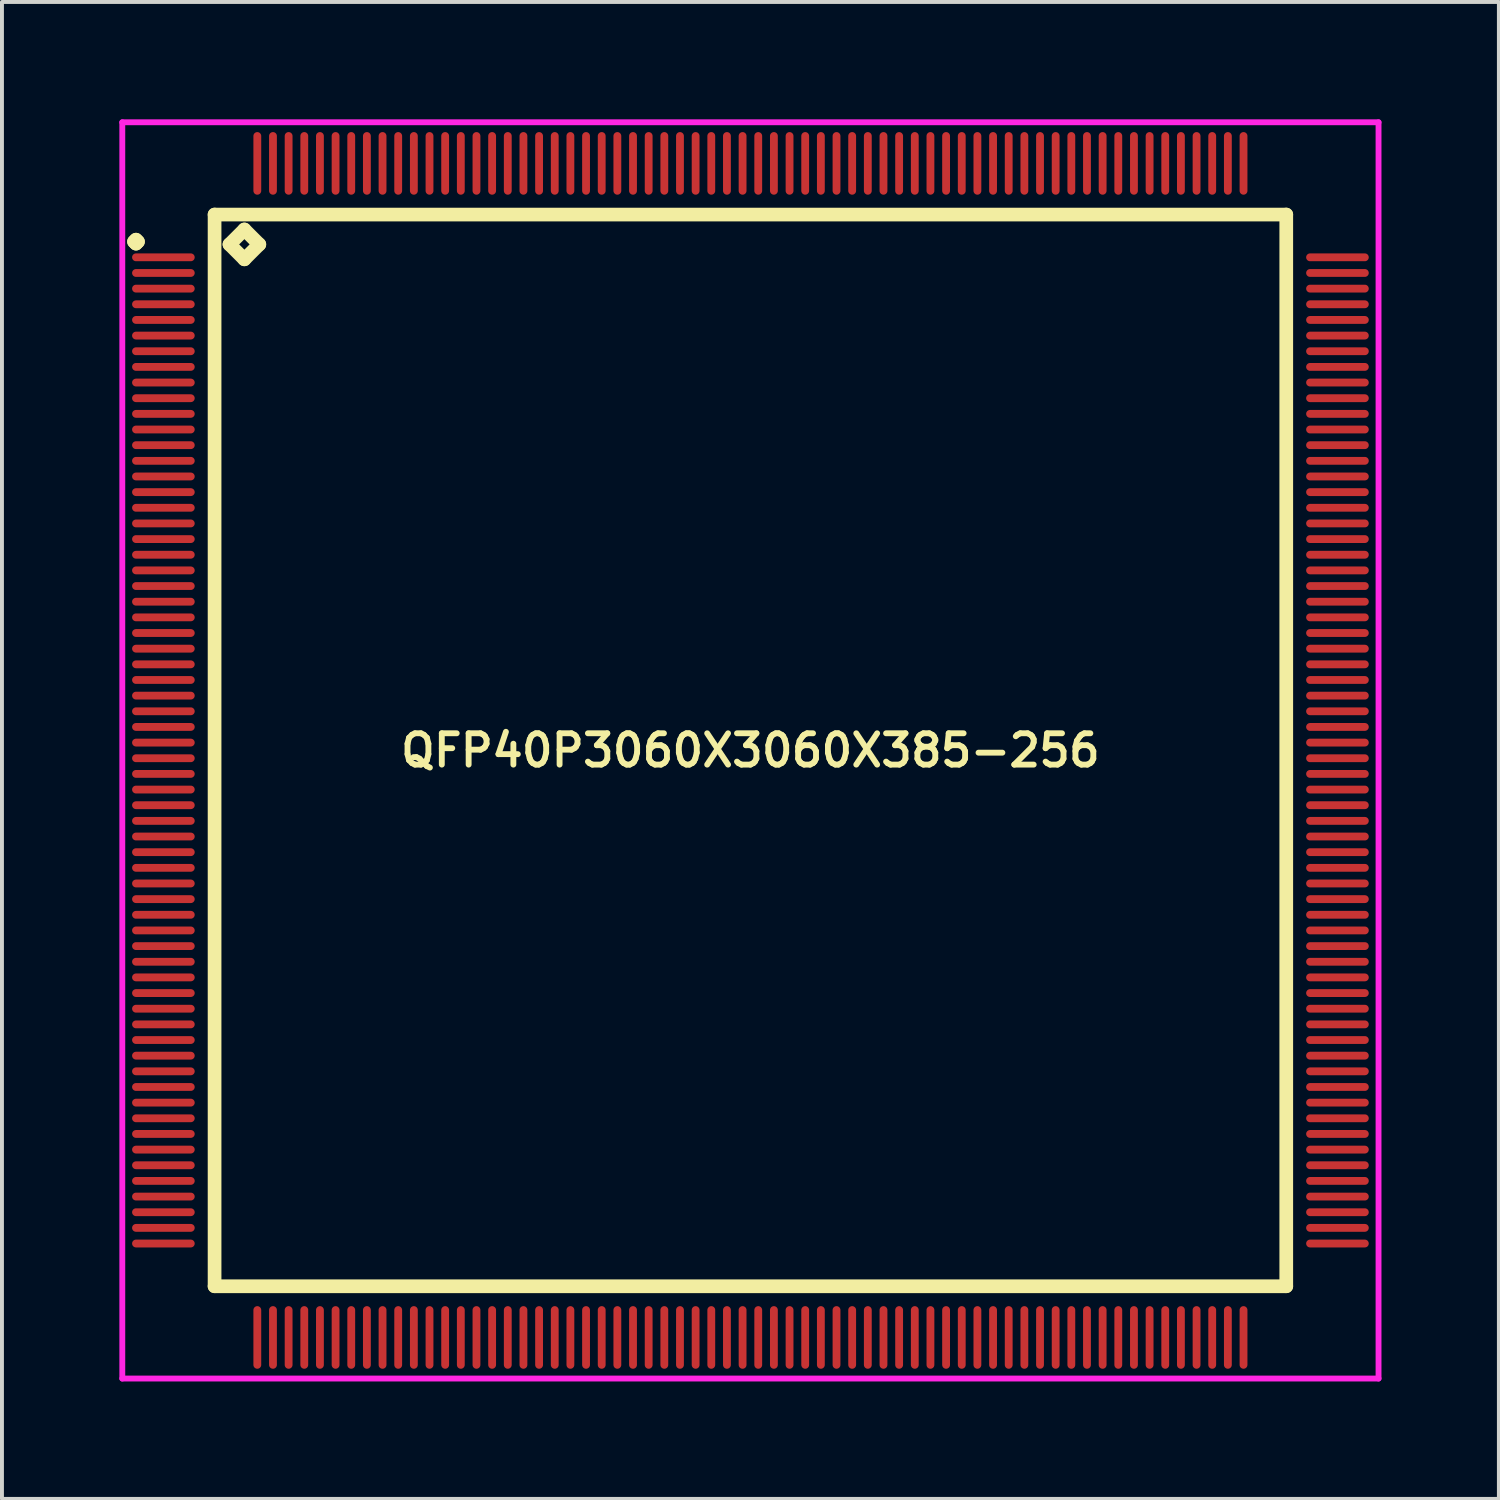
<source format=kicad_pcb>
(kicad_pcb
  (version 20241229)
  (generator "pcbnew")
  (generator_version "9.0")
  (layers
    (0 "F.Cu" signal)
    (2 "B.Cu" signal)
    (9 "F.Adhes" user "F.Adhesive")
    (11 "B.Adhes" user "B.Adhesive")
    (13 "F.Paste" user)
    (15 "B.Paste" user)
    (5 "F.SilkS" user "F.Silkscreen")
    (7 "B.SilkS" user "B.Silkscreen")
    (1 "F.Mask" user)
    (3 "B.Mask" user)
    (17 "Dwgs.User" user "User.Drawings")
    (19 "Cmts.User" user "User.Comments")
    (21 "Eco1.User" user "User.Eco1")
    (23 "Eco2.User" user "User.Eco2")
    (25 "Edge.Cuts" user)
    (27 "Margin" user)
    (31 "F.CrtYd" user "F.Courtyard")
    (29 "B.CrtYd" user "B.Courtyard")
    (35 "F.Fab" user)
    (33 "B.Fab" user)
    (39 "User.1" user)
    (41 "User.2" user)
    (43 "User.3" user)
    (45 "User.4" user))
  (footprint "QFP40P3060X3060X385-256"
    (layer "F.Cu")
    (at 16.125 16.125)
    (property "Reference" "QFP40P3060X3060X385-256" (at 0 0 0) (layer "F.SilkS") (effects (font (size 0.8 0.8) (thickness 0.15))))
    (attr smd)
    (fp_line (start -15.75 -13) (end -15.7 -13.05) (stroke (width 0.35) (type solid)) (layer "F.SilkS"))
    (fp_line (start -15.7 -13.05) (end -15.65 -13) (stroke (width 0.35) (type solid)) (layer "F.SilkS"))
    (fp_line (start -15.7 -12.95) (end -15.75 -13) (stroke (width 0.35) (type solid)) (layer "F.SilkS"))
    (fp_line (start -15.65 -13) (end -15.7 -12.95) (stroke (width 0.35) (type solid)) (layer "F.SilkS"))
    (fp_line (start -13.692 -13.692) (end -13.692 13.692) (stroke (width 0.35) (type solid)) (layer "F.SilkS"))
    (fp_line (start -13.692 13.692) (end 13.692 13.692) (stroke (width 0.35) (type solid)) (layer "F.SilkS"))
    (fp_line (start -13.311 -12.93) (end -12.93 -13.311) (stroke (width 0.35) (type solid)) (layer "F.SilkS"))
    (fp_line (start -12.93 -13.311) (end -12.549 -12.93) (stroke (width 0.35) (type solid)) (layer "F.SilkS"))
    (fp_line (start -12.93 -12.549) (end -13.311 -12.93) (stroke (width 0.35) (type solid)) (layer "F.SilkS"))
    (fp_line (start -12.549 -12.93) (end -12.93 -12.549) (stroke (width 0.35) (type solid)) (layer "F.SilkS"))
    (fp_line (start 13.692 -13.692) (end -13.692 -13.692) (stroke (width 0.35) (type solid)) (layer "F.SilkS"))
    (fp_line (start 13.692 13.692) (end 13.692 -13.692) (stroke (width 0.35) (type solid)) (layer "F.SilkS"))
    (fp_line (start -16.05 -16.05) (end 16.05 -16.05) (stroke (width 0.15) (type solid)) (layer "F.CrtYd"))
    (fp_line (start -16.05 16.05) (end -16.05 -16.05) (stroke (width 0.15) (type solid)) (layer "F.CrtYd"))
    (fp_line (start 16.05 -16.05) (end 16.05 16.05) (stroke (width 0.15) (type solid)) (layer "F.CrtYd"))
    (fp_line (start 16.05 16.05) (end -16.05 16.05) (stroke (width 0.15) (type solid)) (layer "F.CrtYd"))
    (pad "1" smd oval (at -15 -12.6) (size 1.6 0.2) (layers "F.Cu" "F.Mask" "F.Paste"))
    (pad "2" smd oval (at -15 -12.2) (size 1.6 0.2) (layers "F.Cu" "F.Mask" "F.Paste"))
    (pad "3" smd oval (at -15 -11.8) (size 1.6 0.2) (layers "F.Cu" "F.Mask" "F.Paste"))
    (pad "4" smd oval (at -15 -11.4) (size 1.6 0.2) (layers "F.Cu" "F.Mask" "F.Paste"))
    (pad "5" smd oval (at -15 -11) (size 1.6 0.2) (layers "F.Cu" "F.Mask" "F.Paste"))
    (pad "6" smd oval (at -15 -10.6) (size 1.6 0.2) (layers "F.Cu" "F.Mask" "F.Paste"))
    (pad "7" smd oval (at -15 -10.2) (size 1.6 0.2) (layers "F.Cu" "F.Mask" "F.Paste"))
    (pad "8" smd oval (at -15 -9.8) (size 1.6 0.2) (layers "F.Cu" "F.Mask" "F.Paste"))
    (pad "9" smd oval (at -15 -9.4) (size 1.6 0.2) (layers "F.Cu" "F.Mask" "F.Paste"))
    (pad "10" smd oval (at -15 -9) (size 1.6 0.2) (layers "F.Cu" "F.Mask" "F.Paste"))
    (pad "11" smd oval (at -15 -8.6) (size 1.6 0.2) (layers "F.Cu" "F.Mask" "F.Paste"))
    (pad "12" smd oval (at -15 -8.2) (size 1.6 0.2) (layers "F.Cu" "F.Mask" "F.Paste"))
    (pad "13" smd oval (at -15 -7.8) (size 1.6 0.2) (layers "F.Cu" "F.Mask" "F.Paste"))
    (pad "14" smd oval (at -15 -7.4) (size 1.6 0.2) (layers "F.Cu" "F.Mask" "F.Paste"))
    (pad "15" smd oval (at -15 -7) (size 1.6 0.2) (layers "F.Cu" "F.Mask" "F.Paste"))
    (pad "16" smd oval (at -15 -6.6) (size 1.6 0.2) (layers "F.Cu" "F.Mask" "F.Paste"))
    (pad "17" smd oval (at -15 -6.2) (size 1.6 0.2) (layers "F.Cu" "F.Mask" "F.Paste"))
    (pad "18" smd oval (at -15 -5.8) (size 1.6 0.2) (layers "F.Cu" "F.Mask" "F.Paste"))
    (pad "19" smd oval (at -15 -5.4) (size 1.6 0.2) (layers "F.Cu" "F.Mask" "F.Paste"))
    (pad "20" smd oval (at -15 -5) (size 1.6 0.2) (layers "F.Cu" "F.Mask" "F.Paste"))
    (pad "21" smd oval (at -15 -4.6) (size 1.6 0.2) (layers "F.Cu" "F.Mask" "F.Paste"))
    (pad "22" smd oval (at -15 -4.2) (size 1.6 0.2) (layers "F.Cu" "F.Mask" "F.Paste"))
    (pad "23" smd oval (at -15 -3.8) (size 1.6 0.2) (layers "F.Cu" "F.Mask" "F.Paste"))
    (pad "24" smd oval (at -15 -3.4) (size 1.6 0.2) (layers "F.Cu" "F.Mask" "F.Paste"))
    (pad "25" smd oval (at -15 -3) (size 1.6 0.2) (layers "F.Cu" "F.Mask" "F.Paste"))
    (pad "26" smd oval (at -15 -2.6) (size 1.6 0.2) (layers "F.Cu" "F.Mask" "F.Paste"))
    (pad "27" smd oval (at -15 -2.2) (size 1.6 0.2) (layers "F.Cu" "F.Mask" "F.Paste"))
    (pad "28" smd oval (at -15 -1.8) (size 1.6 0.2) (layers "F.Cu" "F.Mask" "F.Paste"))
    (pad "29" smd oval (at -15 -1.4) (size 1.6 0.2) (layers "F.Cu" "F.Mask" "F.Paste"))
    (pad "30" smd oval (at -15 -1) (size 1.6 0.2) (layers "F.Cu" "F.Mask" "F.Paste"))
    (pad "31" smd oval (at -15 -0.6) (size 1.6 0.2) (layers "F.Cu" "F.Mask" "F.Paste"))
    (pad "32" smd oval (at -15 -0.2) (size 1.6 0.2) (layers "F.Cu" "F.Mask" "F.Paste"))
    (pad "33" smd oval (at -15 0.2) (size 1.6 0.2) (layers "F.Cu" "F.Mask" "F.Paste"))
    (pad "34" smd oval (at -15 0.6) (size 1.6 0.2) (layers "F.Cu" "F.Mask" "F.Paste"))
    (pad "35" smd oval (at -15 1) (size 1.6 0.2) (layers "F.Cu" "F.Mask" "F.Paste"))
    (pad "36" smd oval (at -15 1.4) (size 1.6 0.2) (layers "F.Cu" "F.Mask" "F.Paste"))
    (pad "37" smd oval (at -15 1.8) (size 1.6 0.2) (layers "F.Cu" "F.Mask" "F.Paste"))
    (pad "38" smd oval (at -15 2.2) (size 1.6 0.2) (layers "F.Cu" "F.Mask" "F.Paste"))
    (pad "39" smd oval (at -15 2.6) (size 1.6 0.2) (layers "F.Cu" "F.Mask" "F.Paste"))
    (pad "40" smd oval (at -15 3) (size 1.6 0.2) (layers "F.Cu" "F.Mask" "F.Paste"))
    (pad "41" smd oval (at -15 3.4) (size 1.6 0.2) (layers "F.Cu" "F.Mask" "F.Paste"))
    (pad "42" smd oval (at -15 3.8) (size 1.6 0.2) (layers "F.Cu" "F.Mask" "F.Paste"))
    (pad "43" smd oval (at -15 4.2) (size 1.6 0.2) (layers "F.Cu" "F.Mask" "F.Paste"))
    (pad "44" smd oval (at -15 4.6) (size 1.6 0.2) (layers "F.Cu" "F.Mask" "F.Paste"))
    (pad "45" smd oval (at -15 5) (size 1.6 0.2) (layers "F.Cu" "F.Mask" "F.Paste"))
    (pad "46" smd oval (at -15 5.4) (size 1.6 0.2) (layers "F.Cu" "F.Mask" "F.Paste"))
    (pad "47" smd oval (at -15 5.8) (size 1.6 0.2) (layers "F.Cu" "F.Mask" "F.Paste"))
    (pad "48" smd oval (at -15 6.2) (size 1.6 0.2) (layers "F.Cu" "F.Mask" "F.Paste"))
    (pad "49" smd oval (at -15 6.6) (size 1.6 0.2) (layers "F.Cu" "F.Mask" "F.Paste"))
    (pad "50" smd oval (at -15 7) (size 1.6 0.2) (layers "F.Cu" "F.Mask" "F.Paste"))
    (pad "51" smd oval (at -15 7.4) (size 1.6 0.2) (layers "F.Cu" "F.Mask" "F.Paste"))
    (pad "52" smd oval (at -15 7.8) (size 1.6 0.2) (layers "F.Cu" "F.Mask" "F.Paste"))
    (pad "53" smd oval (at -15 8.2) (size 1.6 0.2) (layers "F.Cu" "F.Mask" "F.Paste"))
    (pad "54" smd oval (at -15 8.6) (size 1.6 0.2) (layers "F.Cu" "F.Mask" "F.Paste"))
    (pad "55" smd oval (at -15 9) (size 1.6 0.2) (layers "F.Cu" "F.Mask" "F.Paste"))
    (pad "56" smd oval (at -15 9.4) (size 1.6 0.2) (layers "F.Cu" "F.Mask" "F.Paste"))
    (pad "57" smd oval (at -15 9.8) (size 1.6 0.2) (layers "F.Cu" "F.Mask" "F.Paste"))
    (pad "58" smd oval (at -15 10.2) (size 1.6 0.2) (layers "F.Cu" "F.Mask" "F.Paste"))
    (pad "59" smd oval (at -15 10.6) (size 1.6 0.2) (layers "F.Cu" "F.Mask" "F.Paste"))
    (pad "60" smd oval (at -15 11) (size 1.6 0.2) (layers "F.Cu" "F.Mask" "F.Paste"))
    (pad "61" smd oval (at -15 11.4) (size 1.6 0.2) (layers "F.Cu" "F.Mask" "F.Paste"))
    (pad "62" smd oval (at -15 11.8) (size 1.6 0.2) (layers "F.Cu" "F.Mask" "F.Paste"))
    (pad "63" smd oval (at -15 12.2) (size 1.6 0.2) (layers "F.Cu" "F.Mask" "F.Paste"))
    (pad "64" smd oval (at -15 12.6) (size 1.6 0.2) (layers "F.Cu" "F.Mask" "F.Paste"))
    (pad "65" smd oval (at -12.6 15) (size 0.2 1.6) (layers "F.Cu" "F.Mask" "F.Paste"))
    (pad "66" smd oval (at -12.2 15) (size 0.2 1.6) (layers "F.Cu" "F.Mask" "F.Paste"))
    (pad "67" smd oval (at -11.8 15) (size 0.2 1.6) (layers "F.Cu" "F.Mask" "F.Paste"))
    (pad "68" smd oval (at -11.4 15) (size 0.2 1.6) (layers "F.Cu" "F.Mask" "F.Paste"))
    (pad "69" smd oval (at -11 15) (size 0.2 1.6) (layers "F.Cu" "F.Mask" "F.Paste"))
    (pad "70" smd oval (at -10.6 15) (size 0.2 1.6) (layers "F.Cu" "F.Mask" "F.Paste"))
    (pad "71" smd oval (at -10.2 15) (size 0.2 1.6) (layers "F.Cu" "F.Mask" "F.Paste"))
    (pad "72" smd oval (at -9.8 15) (size 0.2 1.6) (layers "F.Cu" "F.Mask" "F.Paste"))
    (pad "73" smd oval (at -9.4 15) (size 0.2 1.6) (layers "F.Cu" "F.Mask" "F.Paste"))
    (pad "74" smd oval (at -9 15) (size 0.2 1.6) (layers "F.Cu" "F.Mask" "F.Paste"))
    (pad "75" smd oval (at -8.6 15) (size 0.2 1.6) (layers "F.Cu" "F.Mask" "F.Paste"))
    (pad "76" smd oval (at -8.2 15) (size 0.2 1.6) (layers "F.Cu" "F.Mask" "F.Paste"))
    (pad "77" smd oval (at -7.8 15) (size 0.2 1.6) (layers "F.Cu" "F.Mask" "F.Paste"))
    (pad "78" smd oval (at -7.4 15) (size 0.2 1.6) (layers "F.Cu" "F.Mask" "F.Paste"))
    (pad "79" smd oval (at -7 15) (size 0.2 1.6) (layers "F.Cu" "F.Mask" "F.Paste"))
    (pad "80" smd oval (at -6.6 15) (size 0.2 1.6) (layers "F.Cu" "F.Mask" "F.Paste"))
    (pad "81" smd oval (at -6.2 15) (size 0.2 1.6) (layers "F.Cu" "F.Mask" "F.Paste"))
    (pad "82" smd oval (at -5.8 15) (size 0.2 1.6) (layers "F.Cu" "F.Mask" "F.Paste"))
    (pad "83" smd oval (at -5.4 15) (size 0.2 1.6) (layers "F.Cu" "F.Mask" "F.Paste"))
    (pad "84" smd oval (at -5 15) (size 0.2 1.6) (layers "F.Cu" "F.Mask" "F.Paste"))
    (pad "85" smd oval (at -4.6 15) (size 0.2 1.6) (layers "F.Cu" "F.Mask" "F.Paste"))
    (pad "86" smd oval (at -4.2 15) (size 0.2 1.6) (layers "F.Cu" "F.Mask" "F.Paste"))
    (pad "87" smd oval (at -3.8 15) (size 0.2 1.6) (layers "F.Cu" "F.Mask" "F.Paste"))
    (pad "88" smd oval (at -3.4 15) (size 0.2 1.6) (layers "F.Cu" "F.Mask" "F.Paste"))
    (pad "89" smd oval (at -3 15) (size 0.2 1.6) (layers "F.Cu" "F.Mask" "F.Paste"))
    (pad "90" smd oval (at -2.6 15) (size 0.2 1.6) (layers "F.Cu" "F.Mask" "F.Paste"))
    (pad "91" smd oval (at -2.2 15) (size 0.2 1.6) (layers "F.Cu" "F.Mask" "F.Paste"))
    (pad "92" smd oval (at -1.8 15) (size 0.2 1.6) (layers "F.Cu" "F.Mask" "F.Paste"))
    (pad "93" smd oval (at -1.4 15) (size 0.2 1.6) (layers "F.Cu" "F.Mask" "F.Paste"))
    (pad "94" smd oval (at -1 15) (size 0.2 1.6) (layers "F.Cu" "F.Mask" "F.Paste"))
    (pad "95" smd oval (at -0.6 15) (size 0.2 1.6) (layers "F.Cu" "F.Mask" "F.Paste"))
    (pad "96" smd oval (at -0.2 15) (size 0.2 1.6) (layers "F.Cu" "F.Mask" "F.Paste"))
    (pad "97" smd oval (at 0.2 15) (size 0.2 1.6) (layers "F.Cu" "F.Mask" "F.Paste"))
    (pad "98" smd oval (at 0.6 15) (size 0.2 1.6) (layers "F.Cu" "F.Mask" "F.Paste"))
    (pad "99" smd oval (at 1 15) (size 0.2 1.6) (layers "F.Cu" "F.Mask" "F.Paste"))
    (pad "100" smd oval (at 1.4 15) (size 0.2 1.6) (layers "F.Cu" "F.Mask" "F.Paste"))
    (pad "101" smd oval (at 1.8 15) (size 0.2 1.6) (layers "F.Cu" "F.Mask" "F.Paste"))
    (pad "102" smd oval (at 2.2 15) (size 0.2 1.6) (layers "F.Cu" "F.Mask" "F.Paste"))
    (pad "103" smd oval (at 2.6 15) (size 0.2 1.6) (layers "F.Cu" "F.Mask" "F.Paste"))
    (pad "104" smd oval (at 3 15) (size 0.2 1.6) (layers "F.Cu" "F.Mask" "F.Paste"))
    (pad "105" smd oval (at 3.4 15) (size 0.2 1.6) (layers "F.Cu" "F.Mask" "F.Paste"))
    (pad "106" smd oval (at 3.8 15) (size 0.2 1.6) (layers "F.Cu" "F.Mask" "F.Paste"))
    (pad "107" smd oval (at 4.2 15) (size 0.2 1.6) (layers "F.Cu" "F.Mask" "F.Paste"))
    (pad "108" smd oval (at 4.6 15) (size 0.2 1.6) (layers "F.Cu" "F.Mask" "F.Paste"))
    (pad "109" smd oval (at 5 15) (size 0.2 1.6) (layers "F.Cu" "F.Mask" "F.Paste"))
    (pad "110" smd oval (at 5.4 15) (size 0.2 1.6) (layers "F.Cu" "F.Mask" "F.Paste"))
    (pad "111" smd oval (at 5.8 15) (size 0.2 1.6) (layers "F.Cu" "F.Mask" "F.Paste"))
    (pad "112" smd oval (at 6.2 15) (size 0.2 1.6) (layers "F.Cu" "F.Mask" "F.Paste"))
    (pad "113" smd oval (at 6.6 15) (size 0.2 1.6) (layers "F.Cu" "F.Mask" "F.Paste"))
    (pad "114" smd oval (at 7 15) (size 0.2 1.6) (layers "F.Cu" "F.Mask" "F.Paste"))
    (pad "115" smd oval (at 7.4 15) (size 0.2 1.6) (layers "F.Cu" "F.Mask" "F.Paste"))
    (pad "116" smd oval (at 7.8 15) (size 0.2 1.6) (layers "F.Cu" "F.Mask" "F.Paste"))
    (pad "117" smd oval (at 8.2 15) (size 0.2 1.6) (layers "F.Cu" "F.Mask" "F.Paste"))
    (pad "118" smd oval (at 8.6 15) (size 0.2 1.6) (layers "F.Cu" "F.Mask" "F.Paste"))
    (pad "119" smd oval (at 9 15) (size 0.2 1.6) (layers "F.Cu" "F.Mask" "F.Paste"))
    (pad "120" smd oval (at 9.4 15) (size 0.2 1.6) (layers "F.Cu" "F.Mask" "F.Paste"))
    (pad "121" smd oval (at 9.8 15) (size 0.2 1.6) (layers "F.Cu" "F.Mask" "F.Paste"))
    (pad "122" smd oval (at 10.2 15) (size 0.2 1.6) (layers "F.Cu" "F.Mask" "F.Paste"))
    (pad "123" smd oval (at 10.6 15) (size 0.2 1.6) (layers "F.Cu" "F.Mask" "F.Paste"))
    (pad "124" smd oval (at 11 15) (size 0.2 1.6) (layers "F.Cu" "F.Mask" "F.Paste"))
    (pad "125" smd oval (at 11.4 15) (size 0.2 1.6) (layers "F.Cu" "F.Mask" "F.Paste"))
    (pad "126" smd oval (at 11.8 15) (size 0.2 1.6) (layers "F.Cu" "F.Mask" "F.Paste"))
    (pad "127" smd oval (at 12.2 15) (size 0.2 1.6) (layers "F.Cu" "F.Mask" "F.Paste"))
    (pad "128" smd oval (at 12.6 15) (size 0.2 1.6) (layers "F.Cu" "F.Mask" "F.Paste"))
    (pad "129" smd oval (at 15 12.6) (size 1.6 0.2) (layers "F.Cu" "F.Mask" "F.Paste"))
    (pad "130" smd oval (at 15 12.2) (size 1.6 0.2) (layers "F.Cu" "F.Mask" "F.Paste"))
    (pad "131" smd oval (at 15 11.8) (size 1.6 0.2) (layers "F.Cu" "F.Mask" "F.Paste"))
    (pad "132" smd oval (at 15 11.4) (size 1.6 0.2) (layers "F.Cu" "F.Mask" "F.Paste"))
    (pad "133" smd oval (at 15 11) (size 1.6 0.2) (layers "F.Cu" "F.Mask" "F.Paste"))
    (pad "134" smd oval (at 15 10.6) (size 1.6 0.2) (layers "F.Cu" "F.Mask" "F.Paste"))
    (pad "135" smd oval (at 15 10.2) (size 1.6 0.2) (layers "F.Cu" "F.Mask" "F.Paste"))
    (pad "136" smd oval (at 15 9.8) (size 1.6 0.2) (layers "F.Cu" "F.Mask" "F.Paste"))
    (pad "137" smd oval (at 15 9.4) (size 1.6 0.2) (layers "F.Cu" "F.Mask" "F.Paste"))
    (pad "138" smd oval (at 15 9) (size 1.6 0.2) (layers "F.Cu" "F.Mask" "F.Paste"))
    (pad "139" smd oval (at 15 8.6) (size 1.6 0.2) (layers "F.Cu" "F.Mask" "F.Paste"))
    (pad "140" smd oval (at 15 8.2) (size 1.6 0.2) (layers "F.Cu" "F.Mask" "F.Paste"))
    (pad "141" smd oval (at 15 7.8) (size 1.6 0.2) (layers "F.Cu" "F.Mask" "F.Paste"))
    (pad "142" smd oval (at 15 7.4) (size 1.6 0.2) (layers "F.Cu" "F.Mask" "F.Paste"))
    (pad "143" smd oval (at 15 7) (size 1.6 0.2) (layers "F.Cu" "F.Mask" "F.Paste"))
    (pad "144" smd oval (at 15 6.6) (size 1.6 0.2) (layers "F.Cu" "F.Mask" "F.Paste"))
    (pad "145" smd oval (at 15 6.2) (size 1.6 0.2) (layers "F.Cu" "F.Mask" "F.Paste"))
    (pad "146" smd oval (at 15 5.8) (size 1.6 0.2) (layers "F.Cu" "F.Mask" "F.Paste"))
    (pad "147" smd oval (at 15 5.4) (size 1.6 0.2) (layers "F.Cu" "F.Mask" "F.Paste"))
    (pad "148" smd oval (at 15 5) (size 1.6 0.2) (layers "F.Cu" "F.Mask" "F.Paste"))
    (pad "149" smd oval (at 15 4.6) (size 1.6 0.2) (layers "F.Cu" "F.Mask" "F.Paste"))
    (pad "150" smd oval (at 15 4.2) (size 1.6 0.2) (layers "F.Cu" "F.Mask" "F.Paste"))
    (pad "151" smd oval (at 15 3.8) (size 1.6 0.2) (layers "F.Cu" "F.Mask" "F.Paste"))
    (pad "152" smd oval (at 15 3.4) (size 1.6 0.2) (layers "F.Cu" "F.Mask" "F.Paste"))
    (pad "153" smd oval (at 15 3) (size 1.6 0.2) (layers "F.Cu" "F.Mask" "F.Paste"))
    (pad "154" smd oval (at 15 2.6) (size 1.6 0.2) (layers "F.Cu" "F.Mask" "F.Paste"))
    (pad "155" smd oval (at 15 2.2) (size 1.6 0.2) (layers "F.Cu" "F.Mask" "F.Paste"))
    (pad "156" smd oval (at 15 1.8) (size 1.6 0.2) (layers "F.Cu" "F.Mask" "F.Paste"))
    (pad "157" smd oval (at 15 1.4) (size 1.6 0.2) (layers "F.Cu" "F.Mask" "F.Paste"))
    (pad "158" smd oval (at 15 1) (size 1.6 0.2) (layers "F.Cu" "F.Mask" "F.Paste"))
    (pad "159" smd oval (at 15 0.6) (size 1.6 0.2) (layers "F.Cu" "F.Mask" "F.Paste"))
    (pad "160" smd oval (at 15 0.2) (size 1.6 0.2) (layers "F.Cu" "F.Mask" "F.Paste"))
    (pad "161" smd oval (at 15 -0.2) (size 1.6 0.2) (layers "F.Cu" "F.Mask" "F.Paste"))
    (pad "162" smd oval (at 15 -0.6) (size 1.6 0.2) (layers "F.Cu" "F.Mask" "F.Paste"))
    (pad "163" smd oval (at 15 -1) (size 1.6 0.2) (layers "F.Cu" "F.Mask" "F.Paste"))
    (pad "164" smd oval (at 15 -1.4) (size 1.6 0.2) (layers "F.Cu" "F.Mask" "F.Paste"))
    (pad "165" smd oval (at 15 -1.8) (size 1.6 0.2) (layers "F.Cu" "F.Mask" "F.Paste"))
    (pad "166" smd oval (at 15 -2.2) (size 1.6 0.2) (layers "F.Cu" "F.Mask" "F.Paste"))
    (pad "167" smd oval (at 15 -2.6) (size 1.6 0.2) (layers "F.Cu" "F.Mask" "F.Paste"))
    (pad "168" smd oval (at 15 -3) (size 1.6 0.2) (layers "F.Cu" "F.Mask" "F.Paste"))
    (pad "169" smd oval (at 15 -3.4) (size 1.6 0.2) (layers "F.Cu" "F.Mask" "F.Paste"))
    (pad "170" smd oval (at 15 -3.8) (size 1.6 0.2) (layers "F.Cu" "F.Mask" "F.Paste"))
    (pad "171" smd oval (at 15 -4.2) (size 1.6 0.2) (layers "F.Cu" "F.Mask" "F.Paste"))
    (pad "172" smd oval (at 15 -4.6) (size 1.6 0.2) (layers "F.Cu" "F.Mask" "F.Paste"))
    (pad "173" smd oval (at 15 -5) (size 1.6 0.2) (layers "F.Cu" "F.Mask" "F.Paste"))
    (pad "174" smd oval (at 15 -5.4) (size 1.6 0.2) (layers "F.Cu" "F.Mask" "F.Paste"))
    (pad "175" smd oval (at 15 -5.8) (size 1.6 0.2) (layers "F.Cu" "F.Mask" "F.Paste"))
    (pad "176" smd oval (at 15 -6.2) (size 1.6 0.2) (layers "F.Cu" "F.Mask" "F.Paste"))
    (pad "177" smd oval (at 15 -6.6) (size 1.6 0.2) (layers "F.Cu" "F.Mask" "F.Paste"))
    (pad "178" smd oval (at 15 -7) (size 1.6 0.2) (layers "F.Cu" "F.Mask" "F.Paste"))
    (pad "179" smd oval (at 15 -7.4) (size 1.6 0.2) (layers "F.Cu" "F.Mask" "F.Paste"))
    (pad "180" smd oval (at 15 -7.8) (size 1.6 0.2) (layers "F.Cu" "F.Mask" "F.Paste"))
    (pad "181" smd oval (at 15 -8.2) (size 1.6 0.2) (layers "F.Cu" "F.Mask" "F.Paste"))
    (pad "182" smd oval (at 15 -8.6) (size 1.6 0.2) (layers "F.Cu" "F.Mask" "F.Paste"))
    (pad "183" smd oval (at 15 -9) (size 1.6 0.2) (layers "F.Cu" "F.Mask" "F.Paste"))
    (pad "184" smd oval (at 15 -9.4) (size 1.6 0.2) (layers "F.Cu" "F.Mask" "F.Paste"))
    (pad "185" smd oval (at 15 -9.8) (size 1.6 0.2) (layers "F.Cu" "F.Mask" "F.Paste"))
    (pad "186" smd oval (at 15 -10.2) (size 1.6 0.2) (layers "F.Cu" "F.Mask" "F.Paste"))
    (pad "187" smd oval (at 15 -10.6) (size 1.6 0.2) (layers "F.Cu" "F.Mask" "F.Paste"))
    (pad "188" smd oval (at 15 -11) (size 1.6 0.2) (layers "F.Cu" "F.Mask" "F.Paste"))
    (pad "189" smd oval (at 15 -11.4) (size 1.6 0.2) (layers "F.Cu" "F.Mask" "F.Paste"))
    (pad "190" smd oval (at 15 -11.8) (size 1.6 0.2) (layers "F.Cu" "F.Mask" "F.Paste"))
    (pad "191" smd oval (at 15 -12.2) (size 1.6 0.2) (layers "F.Cu" "F.Mask" "F.Paste"))
    (pad "192" smd oval (at 15 -12.6) (size 1.6 0.2) (layers "F.Cu" "F.Mask" "F.Paste"))
    (pad "193" smd oval (at 12.6 -15) (size 0.2 1.6) (layers "F.Cu" "F.Mask" "F.Paste"))
    (pad "194" smd oval (at 12.2 -15) (size 0.2 1.6) (layers "F.Cu" "F.Mask" "F.Paste"))
    (pad "195" smd oval (at 11.8 -15) (size 0.2 1.6) (layers "F.Cu" "F.Mask" "F.Paste"))
    (pad "196" smd oval (at 11.4 -15) (size 0.2 1.6) (layers "F.Cu" "F.Mask" "F.Paste"))
    (pad "197" smd oval (at 11 -15) (size 0.2 1.6) (layers "F.Cu" "F.Mask" "F.Paste"))
    (pad "198" smd oval (at 10.6 -15) (size 0.2 1.6) (layers "F.Cu" "F.Mask" "F.Paste"))
    (pad "199" smd oval (at 10.2 -15) (size 0.2 1.6) (layers "F.Cu" "F.Mask" "F.Paste"))
    (pad "200" smd oval (at 9.8 -15) (size 0.2 1.6) (layers "F.Cu" "F.Mask" "F.Paste"))
    (pad "201" smd oval (at 9.4 -15) (size 0.2 1.6) (layers "F.Cu" "F.Mask" "F.Paste"))
    (pad "202" smd oval (at 9 -15) (size 0.2 1.6) (layers "F.Cu" "F.Mask" "F.Paste"))
    (pad "203" smd oval (at 8.6 -15) (size 0.2 1.6) (layers "F.Cu" "F.Mask" "F.Paste"))
    (pad "204" smd oval (at 8.2 -15) (size 0.2 1.6) (layers "F.Cu" "F.Mask" "F.Paste"))
    (pad "205" smd oval (at 7.8 -15) (size 0.2 1.6) (layers "F.Cu" "F.Mask" "F.Paste"))
    (pad "206" smd oval (at 7.4 -15) (size 0.2 1.6) (layers "F.Cu" "F.Mask" "F.Paste"))
    (pad "207" smd oval (at 7 -15) (size 0.2 1.6) (layers "F.Cu" "F.Mask" "F.Paste"))
    (pad "208" smd oval (at 6.6 -15) (size 0.2 1.6) (layers "F.Cu" "F.Mask" "F.Paste"))
    (pad "209" smd oval (at 6.2 -15) (size 0.2 1.6) (layers "F.Cu" "F.Mask" "F.Paste"))
    (pad "210" smd oval (at 5.8 -15) (size 0.2 1.6) (layers "F.Cu" "F.Mask" "F.Paste"))
    (pad "211" smd oval (at 5.4 -15) (size 0.2 1.6) (layers "F.Cu" "F.Mask" "F.Paste"))
    (pad "212" smd oval (at 5 -15) (size 0.2 1.6) (layers "F.Cu" "F.Mask" "F.Paste"))
    (pad "213" smd oval (at 4.6 -15) (size 0.2 1.6) (layers "F.Cu" "F.Mask" "F.Paste"))
    (pad "214" smd oval (at 4.2 -15) (size 0.2 1.6) (layers "F.Cu" "F.Mask" "F.Paste"))
    (pad "215" smd oval (at 3.8 -15) (size 0.2 1.6) (layers "F.Cu" "F.Mask" "F.Paste"))
    (pad "216" smd oval (at 3.4 -15) (size 0.2 1.6) (layers "F.Cu" "F.Mask" "F.Paste"))
    (pad "217" smd oval (at 3 -15) (size 0.2 1.6) (layers "F.Cu" "F.Mask" "F.Paste"))
    (pad "218" smd oval (at 2.6 -15) (size 0.2 1.6) (layers "F.Cu" "F.Mask" "F.Paste"))
    (pad "219" smd oval (at 2.2 -15) (size 0.2 1.6) (layers "F.Cu" "F.Mask" "F.Paste"))
    (pad "220" smd oval (at 1.8 -15) (size 0.2 1.6) (layers "F.Cu" "F.Mask" "F.Paste"))
    (pad "221" smd oval (at 1.4 -15) (size 0.2 1.6) (layers "F.Cu" "F.Mask" "F.Paste"))
    (pad "222" smd oval (at 1 -15) (size 0.2 1.6) (layers "F.Cu" "F.Mask" "F.Paste"))
    (pad "223" smd oval (at 0.6 -15) (size 0.2 1.6) (layers "F.Cu" "F.Mask" "F.Paste"))
    (pad "224" smd oval (at 0.2 -15) (size 0.2 1.6) (layers "F.Cu" "F.Mask" "F.Paste"))
    (pad "225" smd oval (at -0.2 -15) (size 0.2 1.6) (layers "F.Cu" "F.Mask" "F.Paste"))
    (pad "226" smd oval (at -0.6 -15) (size 0.2 1.6) (layers "F.Cu" "F.Mask" "F.Paste"))
    (pad "227" smd oval (at -1 -15) (size 0.2 1.6) (layers "F.Cu" "F.Mask" "F.Paste"))
    (pad "228" smd oval (at -1.4 -15) (size 0.2 1.6) (layers "F.Cu" "F.Mask" "F.Paste"))
    (pad "229" smd oval (at -1.8 -15) (size 0.2 1.6) (layers "F.Cu" "F.Mask" "F.Paste"))
    (pad "230" smd oval (at -2.2 -15) (size 0.2 1.6) (layers "F.Cu" "F.Mask" "F.Paste"))
    (pad "231" smd oval (at -2.6 -15) (size 0.2 1.6) (layers "F.Cu" "F.Mask" "F.Paste"))
    (pad "232" smd oval (at -3 -15) (size 0.2 1.6) (layers "F.Cu" "F.Mask" "F.Paste"))
    (pad "233" smd oval (at -3.4 -15) (size 0.2 1.6) (layers "F.Cu" "F.Mask" "F.Paste"))
    (pad "234" smd oval (at -3.8 -15) (size 0.2 1.6) (layers "F.Cu" "F.Mask" "F.Paste"))
    (pad "235" smd oval (at -4.2 -15) (size 0.2 1.6) (layers "F.Cu" "F.Mask" "F.Paste"))
    (pad "236" smd oval (at -4.6 -15) (size 0.2 1.6) (layers "F.Cu" "F.Mask" "F.Paste"))
    (pad "237" smd oval (at -5 -15) (size 0.2 1.6) (layers "F.Cu" "F.Mask" "F.Paste"))
    (pad "238" smd oval (at -5.4 -15) (size 0.2 1.6) (layers "F.Cu" "F.Mask" "F.Paste"))
    (pad "239" smd oval (at -5.8 -15) (size 0.2 1.6) (layers "F.Cu" "F.Mask" "F.Paste"))
    (pad "240" smd oval (at -6.2 -15) (size 0.2 1.6) (layers "F.Cu" "F.Mask" "F.Paste"))
    (pad "241" smd oval (at -6.6 -15) (size 0.2 1.6) (layers "F.Cu" "F.Mask" "F.Paste"))
    (pad "242" smd oval (at -7 -15) (size 0.2 1.6) (layers "F.Cu" "F.Mask" "F.Paste"))
    (pad "243" smd oval (at -7.4 -15) (size 0.2 1.6) (layers "F.Cu" "F.Mask" "F.Paste"))
    (pad "244" smd oval (at -7.8 -15) (size 0.2 1.6) (layers "F.Cu" "F.Mask" "F.Paste"))
    (pad "245" smd oval (at -8.2 -15) (size 0.2 1.6) (layers "F.Cu" "F.Mask" "F.Paste"))
    (pad "246" smd oval (at -8.6 -15) (size 0.2 1.6) (layers "F.Cu" "F.Mask" "F.Paste"))
    (pad "247" smd oval (at -9 -15) (size 0.2 1.6) (layers "F.Cu" "F.Mask" "F.Paste"))
    (pad "248" smd oval (at -9.4 -15) (size 0.2 1.6) (layers "F.Cu" "F.Mask" "F.Paste"))
    (pad "249" smd oval (at -9.8 -15) (size 0.2 1.6) (layers "F.Cu" "F.Mask" "F.Paste"))
    (pad "250" smd oval (at -10.2 -15) (size 0.2 1.6) (layers "F.Cu" "F.Mask" "F.Paste"))
    (pad "251" smd oval (at -10.6 -15) (size 0.2 1.6) (layers "F.Cu" "F.Mask" "F.Paste"))
    (pad "252" smd oval (at -11 -15) (size 0.2 1.6) (layers "F.Cu" "F.Mask" "F.Paste"))
    (pad "253" smd oval (at -11.4 -15) (size 0.2 1.6) (layers "F.Cu" "F.Mask" "F.Paste"))
    (pad "254" smd oval (at -11.8 -15) (size 0.2 1.6) (layers "F.Cu" "F.Mask" "F.Paste"))
    (pad "255" smd oval (at -12.2 -15) (size 0.2 1.6) (layers "F.Cu" "F.Mask" "F.Paste"))
    (pad "256" smd oval (at -12.6 -15) (size 0.2 1.6) (layers "F.Cu" "F.Mask" "F.Paste")))
  (gr_rect
    (start -3 -3)
    (end 35.25 35.25)
    (stroke (width 0.1) (type default))
    (fill no)
    (layer "Edge.Cuts")))
</source>
